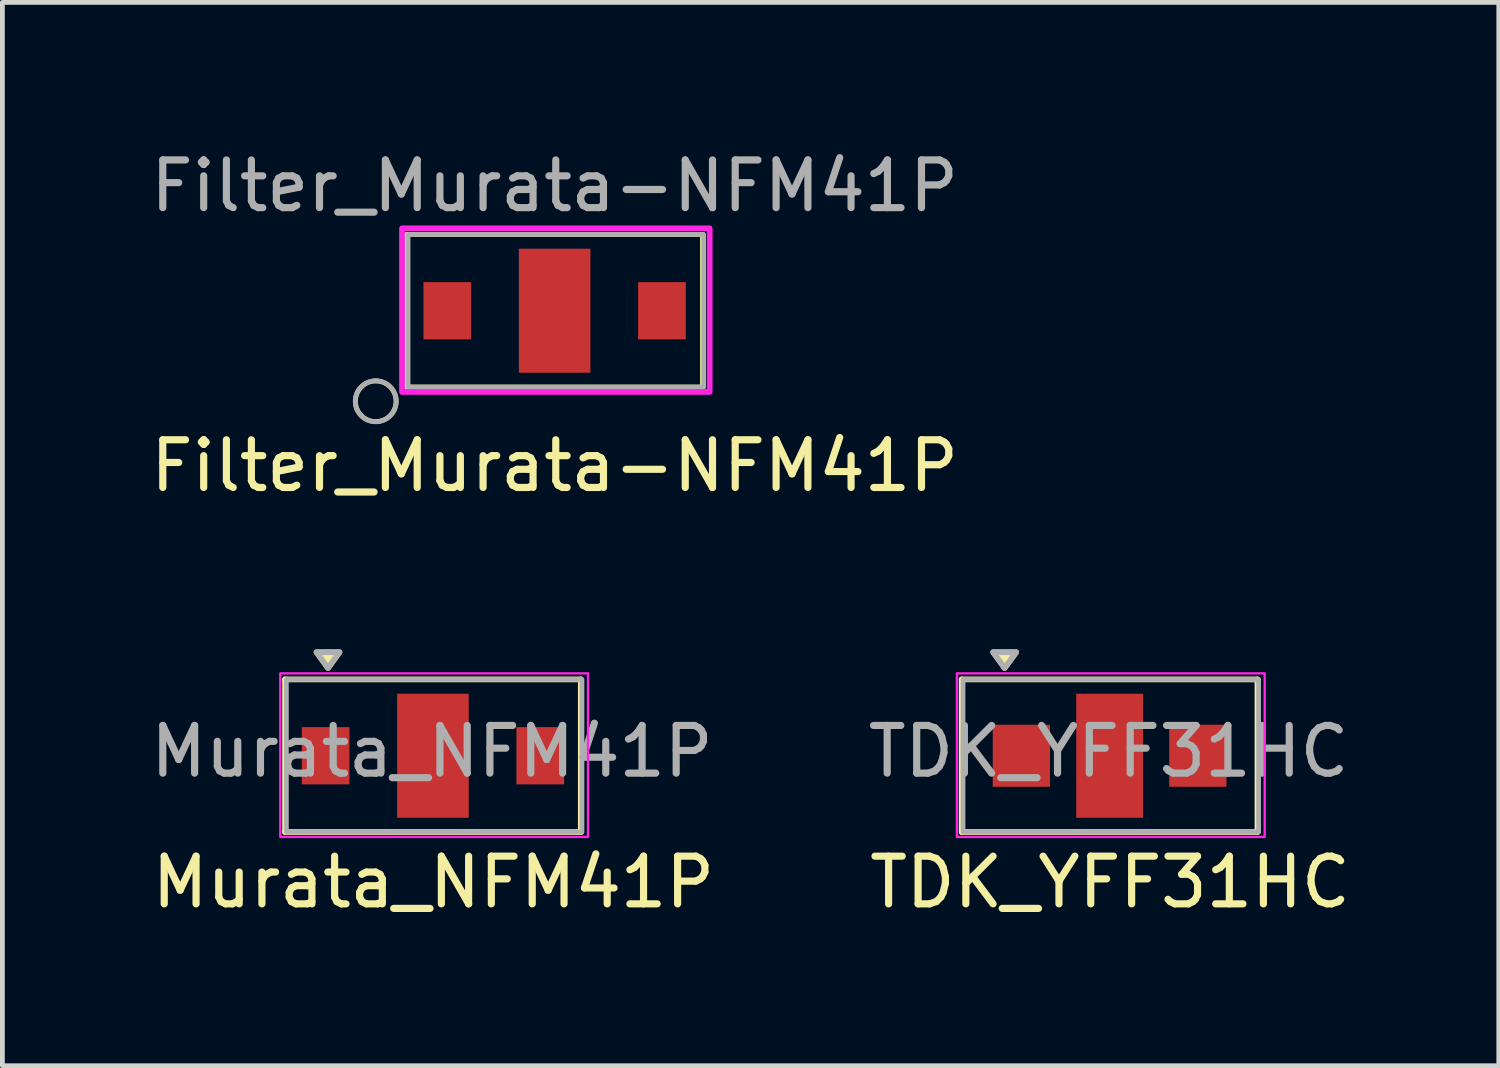
<source format=kicad_pcb>
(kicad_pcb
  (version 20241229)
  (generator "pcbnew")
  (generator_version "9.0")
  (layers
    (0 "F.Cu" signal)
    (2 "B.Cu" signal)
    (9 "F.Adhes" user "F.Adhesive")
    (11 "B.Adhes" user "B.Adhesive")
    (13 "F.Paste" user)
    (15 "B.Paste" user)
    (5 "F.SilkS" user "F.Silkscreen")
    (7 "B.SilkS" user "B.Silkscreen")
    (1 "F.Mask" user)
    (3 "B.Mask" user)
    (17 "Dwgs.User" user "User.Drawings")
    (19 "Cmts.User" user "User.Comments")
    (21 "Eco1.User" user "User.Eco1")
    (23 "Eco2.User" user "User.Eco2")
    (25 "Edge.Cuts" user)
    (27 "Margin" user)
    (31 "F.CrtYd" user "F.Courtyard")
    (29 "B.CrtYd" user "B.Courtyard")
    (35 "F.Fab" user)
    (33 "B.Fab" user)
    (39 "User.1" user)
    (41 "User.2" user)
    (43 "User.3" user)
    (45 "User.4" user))
  (footprint "Murata_NFM41P"
    (layer "F.Cu")
    (at 6.026 12.793)
    (property "Reference" "Murata_NFM41P" (at 0.01 2.65 0) (layer "F.SilkS") (effects (font (size 1 1) (thickness 0.15))))
    (attr smd)
    (fp_line (start -3.1 1.6) (end -3.1 -1.6) (stroke (width 0.12) (type solid)) (layer "F.SilkS"))
    (fp_line (start 3.1 -1.6) (end -3.1 -1.6) (stroke (width 0.12) (type solid)) (layer "F.SilkS"))
    (fp_line (start 3.1 -1.6) (end 3.1 1.6) (stroke (width 0.12) (type solid)) (layer "F.SilkS"))
    (fp_line (start 3.1 1.6) (end -3.1 1.6) (stroke (width 0.12) (type solid)) (layer "F.SilkS"))
    (fp_poly (pts (xy -2.2 -1.84) (xy -2.44 -2.17) (xy -1.96 -2.17) (xy -2.2 -1.84)) (stroke (width 0.12) (type solid)) (fill yes) (layer "F.SilkS"))
    (fp_rect (start -3.2 -1.727) (end 3.251 1.702) (stroke (width 0.05) (type solid)) (fill no) (layer "F.CrtYd"))
    (fp_rect (start -3.073 -1.6) (end 3.124 1.6) (stroke (width 0.1) (type solid)) (fill no) (layer "F.Fab"))
    (fp_poly (pts (xy -2.2 -1.84) (xy -2.44 -2.17) (xy -1.96 -2.17) (xy -2.2 -1.84)) (stroke (width 0.12) (type solid)) (fill no) (layer "F.Fab"))
    (fp_text user "${REFERENCE}" (at -0.02 -0.09 0) (layer "F.Fab") (effects (font (size 1 1) (thickness 0.15))))
    (pad "1" smd rect (at -2.25 0) (size 1 1.2) (layers "F.Cu" "F.Mask" "F.Paste"))
    (pad "2" smd rect (at 0 0) (size 1.5 2.6) (layers "F.Cu" "F.Mask" "F.Paste"))
    (pad "3" smd rect (at 2.25 0) (size 1 1.2) (layers "F.Cu" "F.Mask" "F.Paste")))
  (footprint "TDK_YFF31HC"
    (layer "F.Cu")
    (at 20.211 12.793)
    (property "Reference" "TDK_YFF31HC" (at 0.01 2.65 0) (layer "F.SilkS") (effects (font (size 1 1) (thickness 0.15))))
    (attr smd)
    (fp_line (start -3.1 1.6) (end -3.1 -1.6) (stroke (width 0.12) (type solid)) (layer "F.SilkS"))
    (fp_line (start 3.1 -1.6) (end -3.1 -1.6) (stroke (width 0.12) (type solid)) (layer "F.SilkS"))
    (fp_line (start 3.1 -1.6) (end 3.1 1.6) (stroke (width 0.12) (type solid)) (layer "F.SilkS"))
    (fp_line (start 3.1 1.6) (end -3.1 1.6) (stroke (width 0.12) (type solid)) (layer "F.SilkS"))
    (fp_poly (pts (xy -2.2 -1.84) (xy -2.44 -2.17) (xy -1.96 -2.17) (xy -2.2 -1.84)) (stroke (width 0.12) (type solid)) (fill yes) (layer "F.SilkS"))
    (fp_rect (start -3.2 -1.727) (end 3.251 1.702) (stroke (width 0.05) (type solid)) (fill no) (layer "F.CrtYd"))
    (fp_rect (start -3.073 -1.6) (end 3.124 1.6) (stroke (width 0.1) (type solid)) (fill no) (layer "F.Fab"))
    (fp_poly (pts (xy -2.2 -1.84) (xy -2.44 -2.17) (xy -1.96 -2.17) (xy -2.2 -1.84)) (stroke (width 0.12) (type solid)) (fill no) (layer "F.Fab"))
    (fp_text user "${REFERENCE}" (at -0.02 -0.09 0) (layer "F.Fab") (effects (font (size 1 1) (thickness 0.15))))
    (pad "1" smd rect (at -1.85 0) (size 1.2 1.3) (layers "F.Cu" "F.Mask" "F.Paste"))
    (pad "2" smd rect (at 0 0) (size 1.4 2.6) (layers "F.Cu" "F.Mask" "F.Paste"))
    (pad "3" smd rect (at 1.85 0) (size 1.2 1.3) (layers "F.Cu" "F.Mask" "F.Paste")))
  (footprint "Filter_Murata-NFM41P"
    (layer "F.Cu")
    (at 8.577 3.464)
    (property "Reference" "Filter_Murata-NFM41P" (at 0 3.25 0) (layer "F.SilkS") (effects (font (size 1 1) (thickness 0.15))))
    (attr smd)
    (fp_line (start -3.1 1.6) (end -3.1 -1.6) (stroke (width 0.1) (type solid)) (layer "F.SilkS"))
    (fp_line (start 3.1 -1.6) (end -3.1 -1.6) (stroke (width 0.1) (type solid)) (layer "F.SilkS"))
    (fp_line (start 3.1 -1.6) (end 3.1 1.6) (stroke (width 0.1) (type solid)) (layer "F.SilkS"))
    (fp_line (start 3.1 1.6) (end -3.1 1.6) (stroke (width 0.1) (type solid)) (layer "F.SilkS"))
    (fp_circle (center -3.75 1.898) (end -4.149 2.048) (stroke (width 0.1) (type solid)) (fill no) (layer "F.SilkS"))
    (fp_rect (start -3.2 -1.727) (end 3.251 1.702) (stroke (width 0.12) (type solid)) (fill no) (layer "F.CrtYd"))
    (fp_rect (start -3.073 -1.6) (end 3.124 1.6) (stroke (width 0.1) (type solid)) (fill no) (layer "F.Fab"))
    (fp_circle (center -3.75 1.898) (end -3.962 1.524) (stroke (width 0.1) (type solid)) (fill no) (layer "F.Fab"))
    (fp_text user "${REFERENCE}" (at 0 -2.616 0) (layer "F.Fab") (effects (font (size 1 1) (thickness 0.15))))
    (pad "1" smd rect (at -2.25 0) (size 1 1.2) (layers "F.Cu" "F.Mask" "F.Paste"))
    (pad "2" smd rect (at 0 0) (size 1.5 2.6) (layers "F.Cu" "F.Mask" "F.Paste"))
    (pad "3" smd rect (at 2.25 0) (size 1 1.2) (layers "F.Cu" "F.Mask" "F.Paste")))
  (gr_rect
    (start -3 -3)
    (end 28.37 19.291)
    (stroke (width 0.1) (type default))
    (fill no)
    (layer "Edge.Cuts")))
</source>
